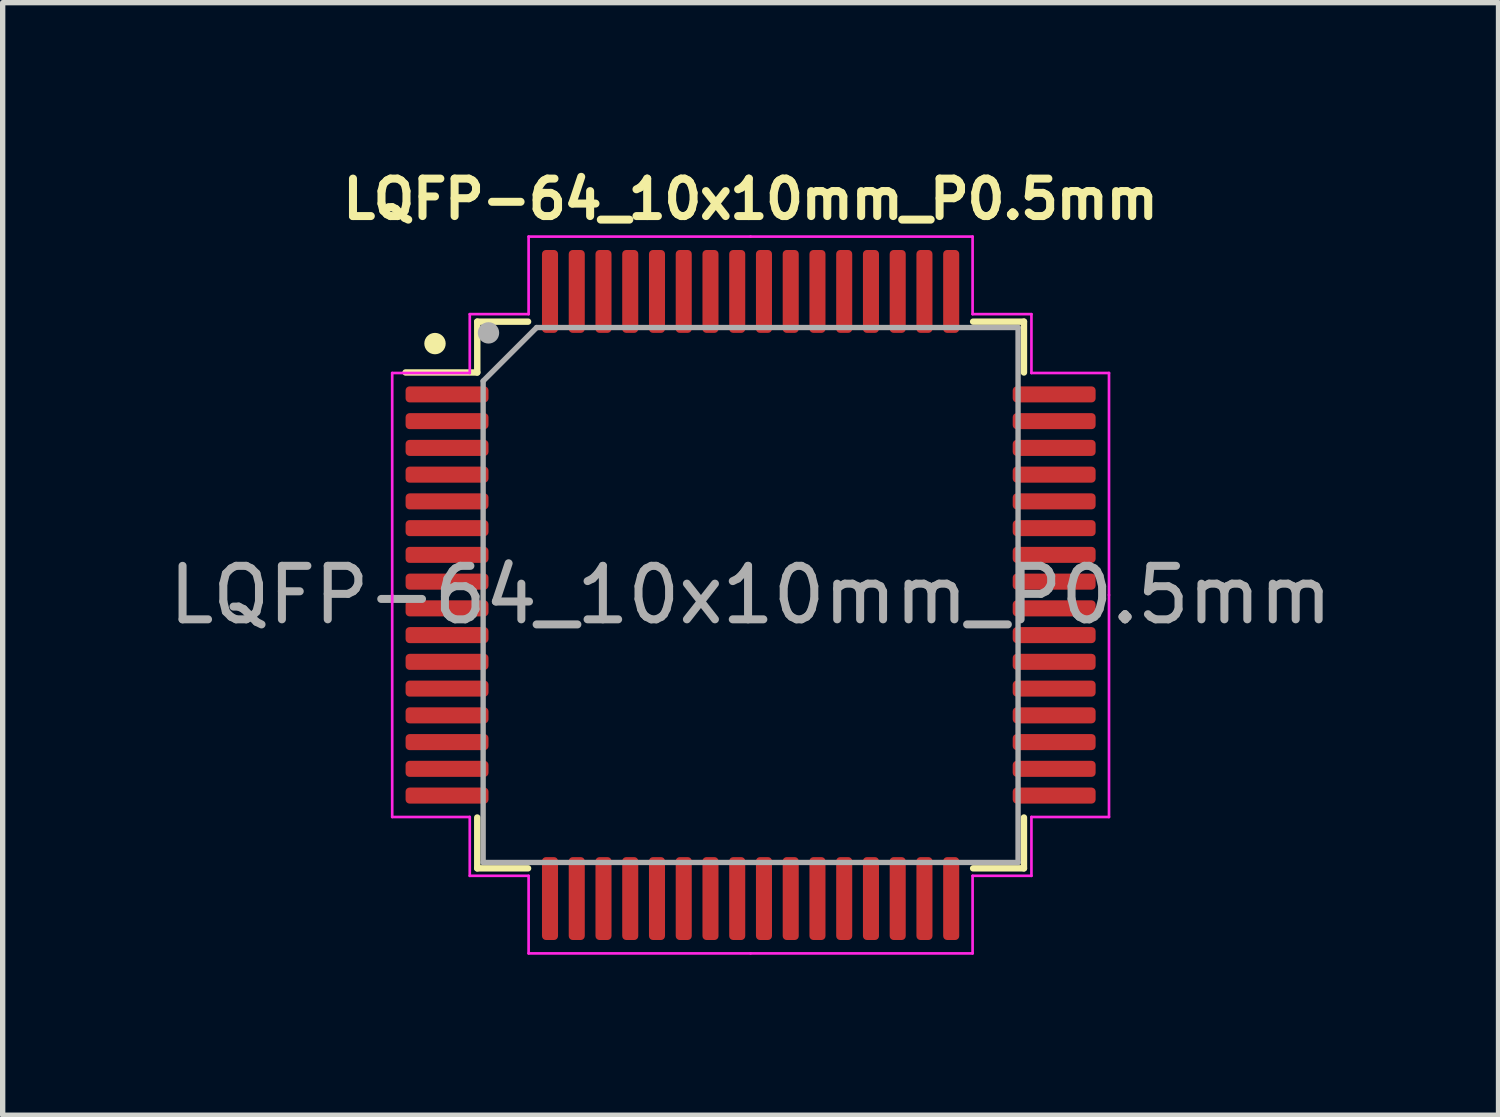
<source format=kicad_pcb>
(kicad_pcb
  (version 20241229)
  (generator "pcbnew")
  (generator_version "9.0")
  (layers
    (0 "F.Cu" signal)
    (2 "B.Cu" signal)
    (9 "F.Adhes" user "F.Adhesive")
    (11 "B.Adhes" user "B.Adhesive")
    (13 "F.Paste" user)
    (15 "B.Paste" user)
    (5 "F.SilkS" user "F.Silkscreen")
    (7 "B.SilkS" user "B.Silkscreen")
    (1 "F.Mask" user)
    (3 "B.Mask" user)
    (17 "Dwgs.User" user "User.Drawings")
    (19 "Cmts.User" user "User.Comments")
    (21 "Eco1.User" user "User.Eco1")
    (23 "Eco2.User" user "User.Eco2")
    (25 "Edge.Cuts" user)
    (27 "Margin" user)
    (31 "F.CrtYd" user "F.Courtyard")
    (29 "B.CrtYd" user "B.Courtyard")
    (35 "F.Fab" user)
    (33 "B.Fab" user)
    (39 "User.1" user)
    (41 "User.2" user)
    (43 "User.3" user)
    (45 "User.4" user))
  (footprint "LQFP-64_10x10mm_P0.5mm"
    (layer "F.Cu")
    (at 10.982 8.073)
    (property "Reference" "LQFP-64_10x10mm_P0.5mm" (at 0 -7.4 0) (layer "F.SilkS") (effects (font (size 0.7 0.7) (thickness 0.15))))
    (attr smd)
    (fp_line (start -5.11 -5.11) (end -5.11 -4.16) (stroke (width 0.12) (type solid)) (layer "F.SilkS"))
    (fp_line (start -5.11 -4.16) (end -6.45 -4.16) (stroke (width 0.12) (type solid)) (layer "F.SilkS"))
    (fp_line (start -5.11 5.11) (end -5.11 4.16) (stroke (width 0.12) (type solid)) (layer "F.SilkS"))
    (fp_line (start -4.16 -5.11) (end -5.11 -5.11) (stroke (width 0.12) (type solid)) (layer "F.SilkS"))
    (fp_line (start -4.16 5.11) (end -5.11 5.11) (stroke (width 0.12) (type solid)) (layer "F.SilkS"))
    (fp_line (start 4.16 -5.11) (end 5.11 -5.11) (stroke (width 0.12) (type solid)) (layer "F.SilkS"))
    (fp_line (start 4.16 5.11) (end 5.11 5.11) (stroke (width 0.12) (type solid)) (layer "F.SilkS"))
    (fp_line (start 5.11 -5.11) (end 5.11 -4.16) (stroke (width 0.12) (type solid)) (layer "F.SilkS"))
    (fp_line (start 5.11 5.11) (end 5.11 4.16) (stroke (width 0.12) (type solid)) (layer "F.SilkS"))
    (fp_circle (center -5.9 -4.7) (end -5.8 -4.7) (stroke (width 0.2) (type solid)) (fill no) (layer "F.SilkS"))
    (fp_line (start -6.7 -4.15) (end -6.7 0) (stroke (width 0.05) (type solid)) (layer "F.CrtYd"))
    (fp_line (start -6.7 4.15) (end -6.7 0) (stroke (width 0.05) (type solid)) (layer "F.CrtYd"))
    (fp_line (start -5.25 -5.25) (end -5.25 -4.15) (stroke (width 0.05) (type solid)) (layer "F.CrtYd"))
    (fp_line (start -5.25 -4.15) (end -6.7 -4.15) (stroke (width 0.05) (type solid)) (layer "F.CrtYd"))
    (fp_line (start -5.25 4.15) (end -6.7 4.15) (stroke (width 0.05) (type solid)) (layer "F.CrtYd"))
    (fp_line (start -5.25 5.25) (end -5.25 4.15) (stroke (width 0.05) (type solid)) (layer "F.CrtYd"))
    (fp_line (start -4.15 -6.7) (end -4.15 -5.25) (stroke (width 0.05) (type solid)) (layer "F.CrtYd"))
    (fp_line (start -4.15 -5.25) (end -5.25 -5.25) (stroke (width 0.05) (type solid)) (layer "F.CrtYd"))
    (fp_line (start -4.15 5.25) (end -5.25 5.25) (stroke (width 0.05) (type solid)) (layer "F.CrtYd"))
    (fp_line (start -4.15 6.7) (end -4.15 5.25) (stroke (width 0.05) (type solid)) (layer "F.CrtYd"))
    (fp_line (start 0 -6.7) (end -4.15 -6.7) (stroke (width 0.05) (type solid)) (layer "F.CrtYd"))
    (fp_line (start 0 -6.7) (end 4.15 -6.7) (stroke (width 0.05) (type solid)) (layer "F.CrtYd"))
    (fp_line (start 0 6.7) (end -4.15 6.7) (stroke (width 0.05) (type solid)) (layer "F.CrtYd"))
    (fp_line (start 0 6.7) (end 4.15 6.7) (stroke (width 0.05) (type solid)) (layer "F.CrtYd"))
    (fp_line (start 4.15 -6.7) (end 4.15 -5.25) (stroke (width 0.05) (type solid)) (layer "F.CrtYd"))
    (fp_line (start 4.15 -5.25) (end 5.25 -5.25) (stroke (width 0.05) (type solid)) (layer "F.CrtYd"))
    (fp_line (start 4.15 5.25) (end 5.25 5.25) (stroke (width 0.05) (type solid)) (layer "F.CrtYd"))
    (fp_line (start 4.15 6.7) (end 4.15 5.25) (stroke (width 0.05) (type solid)) (layer "F.CrtYd"))
    (fp_line (start 5.25 -5.25) (end 5.25 -4.15) (stroke (width 0.05) (type solid)) (layer "F.CrtYd"))
    (fp_line (start 5.25 -4.15) (end 6.7 -4.15) (stroke (width 0.05) (type solid)) (layer "F.CrtYd"))
    (fp_line (start 5.25 4.15) (end 6.7 4.15) (stroke (width 0.05) (type solid)) (layer "F.CrtYd"))
    (fp_line (start 5.25 5.25) (end 5.25 4.15) (stroke (width 0.05) (type solid)) (layer "F.CrtYd"))
    (fp_line (start 6.7 -4.15) (end 6.7 0) (stroke (width 0.05) (type solid)) (layer "F.CrtYd"))
    (fp_line (start 6.7 4.15) (end 6.7 0) (stroke (width 0.05) (type solid)) (layer "F.CrtYd"))
    (fp_line (start -5 -4) (end -4 -5) (stroke (width 0.1) (type solid)) (layer "F.Fab"))
    (fp_line (start -5 5) (end -5 -4) (stroke (width 0.1) (type solid)) (layer "F.Fab"))
    (fp_line (start -4 -5) (end 5 -5) (stroke (width 0.1) (type solid)) (layer "F.Fab"))
    (fp_line (start 5 -5) (end 5 5) (stroke (width 0.1) (type solid)) (layer "F.Fab"))
    (fp_line (start 5 5) (end -5 5) (stroke (width 0.1) (type solid)) (layer "F.Fab"))
    (fp_circle (center -4.9 -4.9) (end -4.8 -4.9) (stroke (width 0.2) (type solid)) (fill no) (layer "F.Fab"))
    (fp_text user "${REFERENCE}" (at 0 0 0) (layer "F.Fab") (effects (font (size 1 1) (thickness 0.15))))
    (pad "1" smd roundrect (at -5.675 -3.75) (size 1.55 0.3) (layers "F.Cu" "F.Mask" "F.Paste") (roundrect_rratio 0.25))
    (pad "2" smd roundrect (at -5.675 -3.25) (size 1.55 0.3) (layers "F.Cu" "F.Mask" "F.Paste") (roundrect_rratio 0.25))
    (pad "3" smd roundrect (at -5.675 -2.75) (size 1.55 0.3) (layers "F.Cu" "F.Mask" "F.Paste") (roundrect_rratio 0.25))
    (pad "4" smd roundrect (at -5.675 -2.25) (size 1.55 0.3) (layers "F.Cu" "F.Mask" "F.Paste") (roundrect_rratio 0.25))
    (pad "5" smd roundrect (at -5.675 -1.75) (size 1.55 0.3) (layers "F.Cu" "F.Mask" "F.Paste") (roundrect_rratio 0.25))
    (pad "6" smd roundrect (at -5.675 -1.25) (size 1.55 0.3) (layers "F.Cu" "F.Mask" "F.Paste") (roundrect_rratio 0.25))
    (pad "7" smd roundrect (at -5.675 -0.75) (size 1.55 0.3) (layers "F.Cu" "F.Mask" "F.Paste") (roundrect_rratio 0.25))
    (pad "8" smd roundrect (at -5.675 -0.25) (size 1.55 0.3) (layers "F.Cu" "F.Mask" "F.Paste") (roundrect_rratio 0.25))
    (pad "9" smd roundrect (at -5.675 0.25) (size 1.55 0.3) (layers "F.Cu" "F.Mask" "F.Paste") (roundrect_rratio 0.25))
    (pad "10" smd roundrect (at -5.675 0.75) (size 1.55 0.3) (layers "F.Cu" "F.Mask" "F.Paste") (roundrect_rratio 0.25))
    (pad "11" smd roundrect (at -5.675 1.25) (size 1.55 0.3) (layers "F.Cu" "F.Mask" "F.Paste") (roundrect_rratio 0.25))
    (pad "12" smd roundrect (at -5.675 1.75) (size 1.55 0.3) (layers "F.Cu" "F.Mask" "F.Paste") (roundrect_rratio 0.25))
    (pad "13" smd roundrect (at -5.675 2.25) (size 1.55 0.3) (layers "F.Cu" "F.Mask" "F.Paste") (roundrect_rratio 0.25))
    (pad "14" smd roundrect (at -5.675 2.75) (size 1.55 0.3) (layers "F.Cu" "F.Mask" "F.Paste") (roundrect_rratio 0.25))
    (pad "15" smd roundrect (at -5.675 3.25) (size 1.55 0.3) (layers "F.Cu" "F.Mask" "F.Paste") (roundrect_rratio 0.25))
    (pad "16" smd roundrect (at -5.675 3.75) (size 1.55 0.3) (layers "F.Cu" "F.Mask" "F.Paste") (roundrect_rratio 0.25))
    (pad "17" smd roundrect (at -3.75 5.675) (size 0.3 1.55) (layers "F.Cu" "F.Mask" "F.Paste") (roundrect_rratio 0.25))
    (pad "18" smd roundrect (at -3.25 5.675) (size 0.3 1.55) (layers "F.Cu" "F.Mask" "F.Paste") (roundrect_rratio 0.25))
    (pad "19" smd roundrect (at -2.75 5.675) (size 0.3 1.55) (layers "F.Cu" "F.Mask" "F.Paste") (roundrect_rratio 0.25))
    (pad "20" smd roundrect (at -2.25 5.675) (size 0.3 1.55) (layers "F.Cu" "F.Mask" "F.Paste") (roundrect_rratio 0.25))
    (pad "21" smd roundrect (at -1.75 5.675) (size 0.3 1.55) (layers "F.Cu" "F.Mask" "F.Paste") (roundrect_rratio 0.25))
    (pad "22" smd roundrect (at -1.25 5.675) (size 0.3 1.55) (layers "F.Cu" "F.Mask" "F.Paste") (roundrect_rratio 0.25))
    (pad "23" smd roundrect (at -0.75 5.675) (size 0.3 1.55) (layers "F.Cu" "F.Mask" "F.Paste") (roundrect_rratio 0.25))
    (pad "24" smd roundrect (at -0.25 5.675) (size 0.3 1.55) (layers "F.Cu" "F.Mask" "F.Paste") (roundrect_rratio 0.25))
    (pad "25" smd roundrect (at 0.25 5.675) (size 0.3 1.55) (layers "F.Cu" "F.Mask" "F.Paste") (roundrect_rratio 0.25))
    (pad "26" smd roundrect (at 0.75 5.675) (size 0.3 1.55) (layers "F.Cu" "F.Mask" "F.Paste") (roundrect_rratio 0.25))
    (pad "27" smd roundrect (at 1.25 5.675) (size 0.3 1.55) (layers "F.Cu" "F.Mask" "F.Paste") (roundrect_rratio 0.25))
    (pad "28" smd roundrect (at 1.75 5.675) (size 0.3 1.55) (layers "F.Cu" "F.Mask" "F.Paste") (roundrect_rratio 0.25))
    (pad "29" smd roundrect (at 2.25 5.675) (size 0.3 1.55) (layers "F.Cu" "F.Mask" "F.Paste") (roundrect_rratio 0.25))
    (pad "30" smd roundrect (at 2.75 5.675) (size 0.3 1.55) (layers "F.Cu" "F.Mask" "F.Paste") (roundrect_rratio 0.25))
    (pad "31" smd roundrect (at 3.25 5.675) (size 0.3 1.55) (layers "F.Cu" "F.Mask" "F.Paste") (roundrect_rratio 0.25))
    (pad "32" smd roundrect (at 3.75 5.675) (size 0.3 1.55) (layers "F.Cu" "F.Mask" "F.Paste") (roundrect_rratio 0.25))
    (pad "33" smd roundrect (at 5.675 3.75) (size 1.55 0.3) (layers "F.Cu" "F.Mask" "F.Paste") (roundrect_rratio 0.25))
    (pad "34" smd roundrect (at 5.675 3.25) (size 1.55 0.3) (layers "F.Cu" "F.Mask" "F.Paste") (roundrect_rratio 0.25))
    (pad "35" smd roundrect (at 5.675 2.75) (size 1.55 0.3) (layers "F.Cu" "F.Mask" "F.Paste") (roundrect_rratio 0.25))
    (pad "36" smd roundrect (at 5.675 2.25) (size 1.55 0.3) (layers "F.Cu" "F.Mask" "F.Paste") (roundrect_rratio 0.25))
    (pad "37" smd roundrect (at 5.675 1.75) (size 1.55 0.3) (layers "F.Cu" "F.Mask" "F.Paste") (roundrect_rratio 0.25))
    (pad "38" smd roundrect (at 5.675 1.25) (size 1.55 0.3) (layers "F.Cu" "F.Mask" "F.Paste") (roundrect_rratio 0.25))
    (pad "39" smd roundrect (at 5.675 0.75) (size 1.55 0.3) (layers "F.Cu" "F.Mask" "F.Paste") (roundrect_rratio 0.25))
    (pad "40" smd roundrect (at 5.675 0.25) (size 1.55 0.3) (layers "F.Cu" "F.Mask" "F.Paste") (roundrect_rratio 0.25))
    (pad "41" smd roundrect (at 5.675 -0.25) (size 1.55 0.3) (layers "F.Cu" "F.Mask" "F.Paste") (roundrect_rratio 0.25))
    (pad "42" smd roundrect (at 5.675 -0.75) (size 1.55 0.3) (layers "F.Cu" "F.Mask" "F.Paste") (roundrect_rratio 0.25))
    (pad "43" smd roundrect (at 5.675 -1.25) (size 1.55 0.3) (layers "F.Cu" "F.Mask" "F.Paste") (roundrect_rratio 0.25))
    (pad "44" smd roundrect (at 5.675 -1.75) (size 1.55 0.3) (layers "F.Cu" "F.Mask" "F.Paste") (roundrect_rratio 0.25))
    (pad "45" smd roundrect (at 5.675 -2.25) (size 1.55 0.3) (layers "F.Cu" "F.Mask" "F.Paste") (roundrect_rratio 0.25))
    (pad "46" smd roundrect (at 5.675 -2.75) (size 1.55 0.3) (layers "F.Cu" "F.Mask" "F.Paste") (roundrect_rratio 0.25))
    (pad "47" smd roundrect (at 5.675 -3.25) (size 1.55 0.3) (layers "F.Cu" "F.Mask" "F.Paste") (roundrect_rratio 0.25))
    (pad "48" smd roundrect (at 5.675 -3.75) (size 1.55 0.3) (layers "F.Cu" "F.Mask" "F.Paste") (roundrect_rratio 0.25))
    (pad "49" smd roundrect (at 3.75 -5.675) (size 0.3 1.55) (layers "F.Cu" "F.Mask" "F.Paste") (roundrect_rratio 0.25))
    (pad "50" smd roundrect (at 3.25 -5.675) (size 0.3 1.55) (layers "F.Cu" "F.Mask" "F.Paste") (roundrect_rratio 0.25))
    (pad "51" smd roundrect (at 2.75 -5.675) (size 0.3 1.55) (layers "F.Cu" "F.Mask" "F.Paste") (roundrect_rratio 0.25))
    (pad "52" smd roundrect (at 2.25 -5.675) (size 0.3 1.55) (layers "F.Cu" "F.Mask" "F.Paste") (roundrect_rratio 0.25))
    (pad "53" smd roundrect (at 1.75 -5.675) (size 0.3 1.55) (layers "F.Cu" "F.Mask" "F.Paste") (roundrect_rratio 0.25))
    (pad "54" smd roundrect (at 1.25 -5.675) (size 0.3 1.55) (layers "F.Cu" "F.Mask" "F.Paste") (roundrect_rratio 0.25))
    (pad "55" smd roundrect (at 0.75 -5.675) (size 0.3 1.55) (layers "F.Cu" "F.Mask" "F.Paste") (roundrect_rratio 0.25))
    (pad "56" smd roundrect (at 0.25 -5.675) (size 0.3 1.55) (layers "F.Cu" "F.Mask" "F.Paste") (roundrect_rratio 0.25))
    (pad "57" smd roundrect (at -0.25 -5.675) (size 0.3 1.55) (layers "F.Cu" "F.Mask" "F.Paste") (roundrect_rratio 0.25))
    (pad "58" smd roundrect (at -0.75 -5.675) (size 0.3 1.55) (layers "F.Cu" "F.Mask" "F.Paste") (roundrect_rratio 0.25))
    (pad "59" smd roundrect (at -1.25 -5.675) (size 0.3 1.55) (layers "F.Cu" "F.Mask" "F.Paste") (roundrect_rratio 0.25))
    (pad "60" smd roundrect (at -1.75 -5.675) (size 0.3 1.55) (layers "F.Cu" "F.Mask" "F.Paste") (roundrect_rratio 0.25))
    (pad "61" smd roundrect (at -2.25 -5.675) (size 0.3 1.55) (layers "F.Cu" "F.Mask" "F.Paste") (roundrect_rratio 0.25))
    (pad "62" smd roundrect (at -2.75 -5.675) (size 0.3 1.55) (layers "F.Cu" "F.Mask" "F.Paste") (roundrect_rratio 0.25))
    (pad "63" smd roundrect (at -3.25 -5.675) (size 0.3 1.55) (layers "F.Cu" "F.Mask" "F.Paste") (roundrect_rratio 0.25))
    (pad "64" smd roundrect (at -3.75 -5.675) (size 0.3 1.55) (layers "F.Cu" "F.Mask" "F.Paste") (roundrect_rratio 0.25)))
  (gr_rect
    (start -3 -3)
    (end 24.964 17.798)
    (stroke (width 0.1) (type default))
    (fill no)
    (layer "Edge.Cuts")))
</source>
